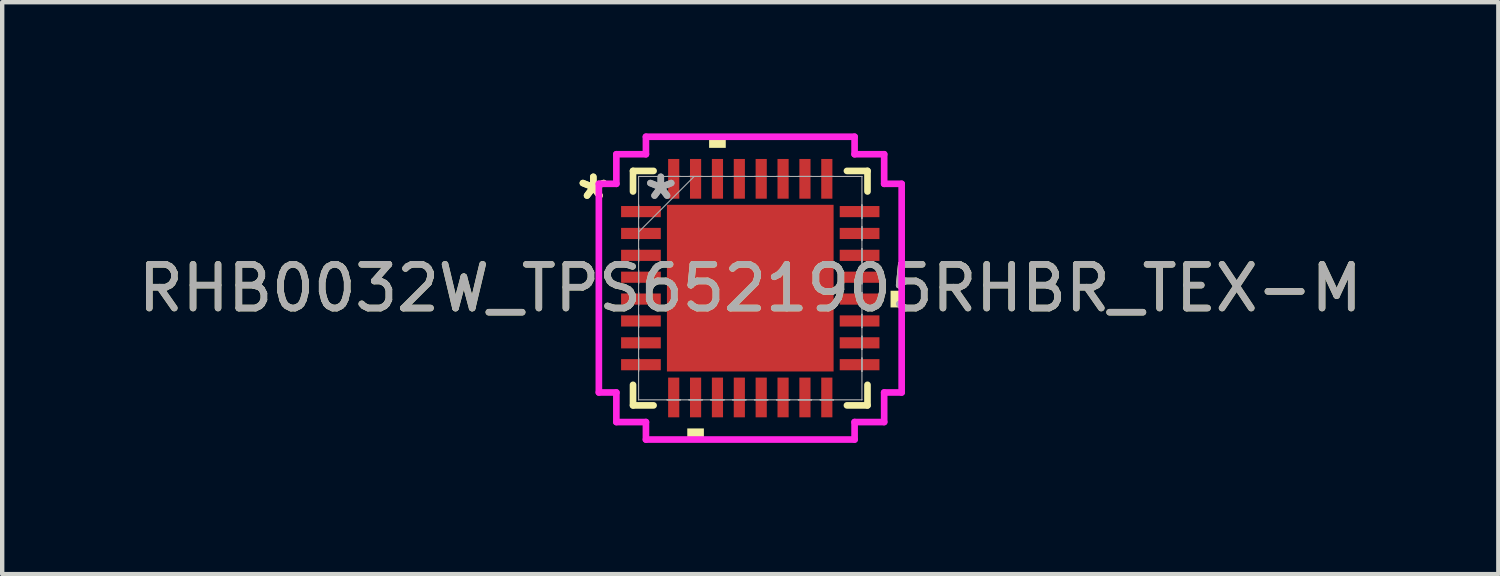
<source format=kicad_pcb>
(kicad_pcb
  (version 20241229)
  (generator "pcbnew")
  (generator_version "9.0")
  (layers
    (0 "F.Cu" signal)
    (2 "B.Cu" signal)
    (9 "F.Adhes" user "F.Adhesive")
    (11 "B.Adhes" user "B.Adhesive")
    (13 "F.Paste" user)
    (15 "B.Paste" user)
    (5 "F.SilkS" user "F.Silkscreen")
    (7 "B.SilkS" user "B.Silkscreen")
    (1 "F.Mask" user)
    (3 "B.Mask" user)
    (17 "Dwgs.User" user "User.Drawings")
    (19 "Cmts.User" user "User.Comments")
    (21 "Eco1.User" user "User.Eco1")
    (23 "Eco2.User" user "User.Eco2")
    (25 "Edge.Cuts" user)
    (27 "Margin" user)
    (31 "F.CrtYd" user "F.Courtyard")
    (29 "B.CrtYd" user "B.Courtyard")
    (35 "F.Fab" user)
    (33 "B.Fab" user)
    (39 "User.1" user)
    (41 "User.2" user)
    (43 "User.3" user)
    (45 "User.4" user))
  (footprint "RHB0032W_TPS6521905RHBR_TEX-M"
    (layer "F.Cu")
    (at 14.101 3.537)
    (property "Reference" "RHB0032W_TPS6521905RHBR_TEX-M" (at 0 0 0) (unlocked yes) (layer "F.SilkS") (effects (font (size 1 1) (thickness 0.15))))
    (attr smd)
    (fp_line (start -2.68 -2.68) (end -2.68 -2.21) (stroke (width 0.152) (type solid)) (layer "F.SilkS"))
    (fp_line (start -2.68 2.21) (end -2.68 2.68) (stroke (width 0.152) (type solid)) (layer "F.SilkS"))
    (fp_line (start -2.68 2.68) (end -2.21 2.68) (stroke (width 0.152) (type solid)) (layer "F.SilkS"))
    (fp_line (start -2.21 -2.68) (end -2.68 -2.68) (stroke (width 0.152) (type solid)) (layer "F.SilkS"))
    (fp_line (start 2.21 2.68) (end 2.68 2.68) (stroke (width 0.152) (type solid)) (layer "F.SilkS"))
    (fp_line (start 2.68 -2.68) (end 2.21 -2.68) (stroke (width 0.152) (type solid)) (layer "F.SilkS"))
    (fp_line (start 2.68 -2.21) (end 2.68 -2.68) (stroke (width 0.152) (type solid)) (layer "F.SilkS"))
    (fp_line (start 2.68 2.68) (end 2.68 2.21) (stroke (width 0.152) (type solid)) (layer "F.SilkS"))
    (fp_poly (pts (xy -1.44 3.207) (xy -1.44 3.461) (xy -1.06 3.461) (xy -1.06 3.207)) (stroke (width 0) (type solid)) (fill yes) (layer "F.SilkS"))
    (fp_poly (pts (xy -0.941 -3.207) (xy -0.941 -3.461) (xy -0.56 -3.461) (xy -0.56 -3.207)) (stroke (width 0) (type solid)) (fill yes) (layer "F.SilkS"))
    (fp_poly (pts (xy 3.461 0.059) (xy 3.461 0.441) (xy 3.207 0.441) (xy 3.207 0.059)) (stroke (width 0) (type solid)) (fill yes) (layer "F.SilkS"))
    (fp_poly (pts (xy -1.805 -1.805) (xy -1.805 -0.735) (xy -0.735 -0.735) (xy -0.735 -1.805)) (stroke (width 0) (type solid)) (fill yes) (layer "F.Paste"))
    (fp_poly (pts (xy -1.805 -0.535) (xy -1.805 0.535) (xy -0.735 0.535) (xy -0.735 -0.535)) (stroke (width 0) (type solid)) (fill yes) (layer "F.Paste"))
    (fp_poly (pts (xy -1.805 0.735) (xy -1.805 1.805) (xy -0.735 1.805) (xy -0.735 0.735)) (stroke (width 0) (type solid)) (fill yes) (layer "F.Paste"))
    (fp_poly (pts (xy -0.535 -1.805) (xy -0.535 -0.735) (xy 0.535 -0.735) (xy 0.535 -1.805)) (stroke (width 0) (type solid)) (fill yes) (layer "F.Paste"))
    (fp_poly (pts (xy -0.535 -0.535) (xy -0.535 0.535) (xy 0.535 0.535) (xy 0.535 -0.535)) (stroke (width 0) (type solid)) (fill yes) (layer "F.Paste"))
    (fp_poly (pts (xy -0.535 0.735) (xy -0.535 1.805) (xy 0.535 1.805) (xy 0.535 0.735)) (stroke (width 0) (type solid)) (fill yes) (layer "F.Paste"))
    (fp_poly (pts (xy 0.735 -1.805) (xy 0.735 -0.735) (xy 1.805 -0.735) (xy 1.805 -1.805)) (stroke (width 0) (type solid)) (fill yes) (layer "F.Paste"))
    (fp_poly (pts (xy 0.735 -0.535) (xy 0.735 0.535) (xy 1.805 0.535) (xy 1.805 -0.535)) (stroke (width 0) (type solid)) (fill yes) (layer "F.Paste"))
    (fp_poly (pts (xy 0.735 0.735) (xy 0.735 1.805) (xy 1.805 1.805) (xy 1.805 0.735)) (stroke (width 0) (type solid)) (fill yes) (layer "F.Paste"))
    (fp_line (start -3.461 -2.385) (end -3.061 -2.385) (stroke (width 0.152) (type solid)) (layer "F.CrtYd"))
    (fp_line (start -3.461 2.385) (end -3.461 -2.385) (stroke (width 0.152) (type solid)) (layer "F.CrtYd"))
    (fp_line (start -3.061 -3.061) (end -2.385 -3.061) (stroke (width 0.152) (type solid)) (layer "F.CrtYd"))
    (fp_line (start -3.061 -2.385) (end -3.061 -3.061) (stroke (width 0.152) (type solid)) (layer "F.CrtYd"))
    (fp_line (start -3.061 2.385) (end -3.461 2.385) (stroke (width 0.152) (type solid)) (layer "F.CrtYd"))
    (fp_line (start -3.061 3.061) (end -3.061 2.385) (stroke (width 0.152) (type solid)) (layer "F.CrtYd"))
    (fp_line (start -2.385 -3.461) (end 2.385 -3.461) (stroke (width 0.152) (type solid)) (layer "F.CrtYd"))
    (fp_line (start -2.385 -3.061) (end -2.385 -3.461) (stroke (width 0.152) (type solid)) (layer "F.CrtYd"))
    (fp_line (start -2.385 3.061) (end -3.061 3.061) (stroke (width 0.152) (type solid)) (layer "F.CrtYd"))
    (fp_line (start -2.385 3.461) (end -2.385 3.061) (stroke (width 0.152) (type solid)) (layer "F.CrtYd"))
    (fp_line (start 2.385 -3.461) (end 2.385 -3.061) (stroke (width 0.152) (type solid)) (layer "F.CrtYd"))
    (fp_line (start 2.385 -3.061) (end 3.061 -3.061) (stroke (width 0.152) (type solid)) (layer "F.CrtYd"))
    (fp_line (start 2.385 3.061) (end 2.385 3.461) (stroke (width 0.152) (type solid)) (layer "F.CrtYd"))
    (fp_line (start 2.385 3.461) (end -2.385 3.461) (stroke (width 0.152) (type solid)) (layer "F.CrtYd"))
    (fp_line (start 3.061 -3.061) (end 3.061 -2.385) (stroke (width 0.152) (type solid)) (layer "F.CrtYd"))
    (fp_line (start 3.061 -2.385) (end 3.461 -2.385) (stroke (width 0.152) (type solid)) (layer "F.CrtYd"))
    (fp_line (start 3.061 2.385) (end 3.061 3.061) (stroke (width 0.152) (type solid)) (layer "F.CrtYd"))
    (fp_line (start 3.061 3.061) (end 2.385 3.061) (stroke (width 0.152) (type solid)) (layer "F.CrtYd"))
    (fp_line (start 3.461 -2.385) (end 3.461 2.385) (stroke (width 0.152) (type solid)) (layer "F.CrtYd"))
    (fp_line (start 3.461 2.385) (end 3.061 2.385) (stroke (width 0.152) (type solid)) (layer "F.CrtYd"))
    (fp_line (start -2.553 -2.553) (end -2.553 -2.553) (stroke (width 0.025) (type solid)) (layer "F.Fab"))
    (fp_line (start -2.553 -2.553) (end -2.553 2.553) (stroke (width 0.025) (type solid)) (layer "F.Fab"))
    (fp_line (start -2.553 -1.902) (end -2.553 -1.902) (stroke (width 0.025) (type solid)) (layer "F.Fab"))
    (fp_line (start -2.553 -1.902) (end -2.553 -1.598) (stroke (width 0.025) (type solid)) (layer "F.Fab"))
    (fp_line (start -2.553 -1.598) (end -2.553 -1.902) (stroke (width 0.025) (type solid)) (layer "F.Fab"))
    (fp_line (start -2.553 -1.598) (end -2.553 -1.598) (stroke (width 0.025) (type solid)) (layer "F.Fab"))
    (fp_line (start -2.553 -1.402) (end -2.553 -1.402) (stroke (width 0.025) (type solid)) (layer "F.Fab"))
    (fp_line (start -2.553 -1.402) (end -2.553 -1.098) (stroke (width 0.025) (type solid)) (layer "F.Fab"))
    (fp_line (start -2.553 -1.283) (end -1.283 -2.553) (stroke (width 0.025) (type solid)) (layer "F.Fab"))
    (fp_line (start -2.553 -1.098) (end -2.553 -1.402) (stroke (width 0.025) (type solid)) (layer "F.Fab"))
    (fp_line (start -2.553 -1.098) (end -2.553 -1.098) (stroke (width 0.025) (type solid)) (layer "F.Fab"))
    (fp_line (start -2.553 -0.902) (end -2.553 -0.902) (stroke (width 0.025) (type solid)) (layer "F.Fab"))
    (fp_line (start -2.553 -0.902) (end -2.553 -0.598) (stroke (width 0.025) (type solid)) (layer "F.Fab"))
    (fp_line (start -2.553 -0.598) (end -2.553 -0.902) (stroke (width 0.025) (type solid)) (layer "F.Fab"))
    (fp_line (start -2.553 -0.598) (end -2.553 -0.598) (stroke (width 0.025) (type solid)) (layer "F.Fab"))
    (fp_line (start -2.553 -0.402) (end -2.553 -0.402) (stroke (width 0.025) (type solid)) (layer "F.Fab"))
    (fp_line (start -2.553 -0.402) (end -2.553 -0.098) (stroke (width 0.025) (type solid)) (layer "F.Fab"))
    (fp_line (start -2.553 -0.098) (end -2.553 -0.402) (stroke (width 0.025) (type solid)) (layer "F.Fab"))
    (fp_line (start -2.553 -0.098) (end -2.553 -0.098) (stroke (width 0.025) (type solid)) (layer "F.Fab"))
    (fp_line (start -2.553 0.098) (end -2.553 0.098) (stroke (width 0.025) (type solid)) (layer "F.Fab"))
    (fp_line (start -2.553 0.098) (end -2.553 0.402) (stroke (width 0.025) (type solid)) (layer "F.Fab"))
    (fp_line (start -2.553 0.402) (end -2.553 0.098) (stroke (width 0.025) (type solid)) (layer "F.Fab"))
    (fp_line (start -2.553 0.402) (end -2.553 0.402) (stroke (width 0.025) (type solid)) (layer "F.Fab"))
    (fp_line (start -2.553 0.598) (end -2.553 0.598) (stroke (width 0.025) (type solid)) (layer "F.Fab"))
    (fp_line (start -2.553 0.598) (end -2.553 0.902) (stroke (width 0.025) (type solid)) (layer "F.Fab"))
    (fp_line (start -2.553 0.902) (end -2.553 0.598) (stroke (width 0.025) (type solid)) (layer "F.Fab"))
    (fp_line (start -2.553 0.902) (end -2.553 0.902) (stroke (width 0.025) (type solid)) (layer "F.Fab"))
    (fp_line (start -2.553 1.098) (end -2.553 1.098) (stroke (width 0.025) (type solid)) (layer "F.Fab"))
    (fp_line (start -2.553 1.098) (end -2.553 1.402) (stroke (width 0.025) (type solid)) (layer "F.Fab"))
    (fp_line (start -2.553 1.402) (end -2.553 1.098) (stroke (width 0.025) (type solid)) (layer "F.Fab"))
    (fp_line (start -2.553 1.402) (end -2.553 1.402) (stroke (width 0.025) (type solid)) (layer "F.Fab"))
    (fp_line (start -2.553 1.598) (end -2.553 1.598) (stroke (width 0.025) (type solid)) (layer "F.Fab"))
    (fp_line (start -2.553 1.598) (end -2.553 1.902) (stroke (width 0.025) (type solid)) (layer "F.Fab"))
    (fp_line (start -2.553 1.902) (end -2.553 1.598) (stroke (width 0.025) (type solid)) (layer "F.Fab"))
    (fp_line (start -2.553 1.902) (end -2.553 1.902) (stroke (width 0.025) (type solid)) (layer "F.Fab"))
    (fp_line (start -2.553 2.553) (end -2.553 2.553) (stroke (width 0.025) (type solid)) (layer "F.Fab"))
    (fp_line (start -2.553 2.553) (end 2.553 2.553) (stroke (width 0.025) (type solid)) (layer "F.Fab"))
    (fp_line (start -1.902 -2.553) (end -1.902 -2.553) (stroke (width 0.025) (type solid)) (layer "F.Fab"))
    (fp_line (start -1.902 -2.553) (end -1.598 -2.553) (stroke (width 0.025) (type solid)) (layer "F.Fab"))
    (fp_line (start -1.902 2.553) (end -1.902 2.553) (stroke (width 0.025) (type solid)) (layer "F.Fab"))
    (fp_line (start -1.902 2.553) (end -1.598 2.553) (stroke (width 0.025) (type solid)) (layer "F.Fab"))
    (fp_line (start -1.598 -2.553) (end -1.902 -2.553) (stroke (width 0.025) (type solid)) (layer "F.Fab"))
    (fp_line (start -1.598 -2.553) (end -1.598 -2.553) (stroke (width 0.025) (type solid)) (layer "F.Fab"))
    (fp_line (start -1.598 2.553) (end -1.902 2.553) (stroke (width 0.025) (type solid)) (layer "F.Fab"))
    (fp_line (start -1.598 2.553) (end -1.598 2.553) (stroke (width 0.025) (type solid)) (layer "F.Fab"))
    (fp_line (start -1.402 -2.553) (end -1.402 -2.553) (stroke (width 0.025) (type solid)) (layer "F.Fab"))
    (fp_line (start -1.402 -2.553) (end -1.098 -2.553) (stroke (width 0.025) (type solid)) (layer "F.Fab"))
    (fp_line (start -1.402 2.553) (end -1.402 2.553) (stroke (width 0.025) (type solid)) (layer "F.Fab"))
    (fp_line (start -1.402 2.553) (end -1.098 2.553) (stroke (width 0.025) (type solid)) (layer "F.Fab"))
    (fp_line (start -1.098 -2.553) (end -1.402 -2.553) (stroke (width 0.025) (type solid)) (layer "F.Fab"))
    (fp_line (start -1.098 -2.553) (end -1.098 -2.553) (stroke (width 0.025) (type solid)) (layer "F.Fab"))
    (fp_line (start -1.098 2.553) (end -1.402 2.553) (stroke (width 0.025) (type solid)) (layer "F.Fab"))
    (fp_line (start -1.098 2.553) (end -1.098 2.553) (stroke (width 0.025) (type solid)) (layer "F.Fab"))
    (fp_line (start -0.902 -2.553) (end -0.902 -2.553) (stroke (width 0.025) (type solid)) (layer "F.Fab"))
    (fp_line (start -0.902 -2.553) (end -0.598 -2.553) (stroke (width 0.025) (type solid)) (layer "F.Fab"))
    (fp_line (start -0.902 2.553) (end -0.902 2.553) (stroke (width 0.025) (type solid)) (layer "F.Fab"))
    (fp_line (start -0.902 2.553) (end -0.598 2.553) (stroke (width 0.025) (type solid)) (layer "F.Fab"))
    (fp_line (start -0.598 -2.553) (end -0.902 -2.553) (stroke (width 0.025) (type solid)) (layer "F.Fab"))
    (fp_line (start -0.598 -2.553) (end -0.598 -2.553) (stroke (width 0.025) (type solid)) (layer "F.Fab"))
    (fp_line (start -0.598 2.553) (end -0.902 2.553) (stroke (width 0.025) (type solid)) (layer "F.Fab"))
    (fp_line (start -0.598 2.553) (end -0.598 2.553) (stroke (width 0.025) (type solid)) (layer "F.Fab"))
    (fp_line (start -0.402 -2.553) (end -0.402 -2.553) (stroke (width 0.025) (type solid)) (layer "F.Fab"))
    (fp_line (start -0.402 -2.553) (end -0.098 -2.553) (stroke (width 0.025) (type solid)) (layer "F.Fab"))
    (fp_line (start -0.402 2.553) (end -0.402 2.553) (stroke (width 0.025) (type solid)) (layer "F.Fab"))
    (fp_line (start -0.402 2.553) (end -0.098 2.553) (stroke (width 0.025) (type solid)) (layer "F.Fab"))
    (fp_line (start -0.098 -2.553) (end -0.402 -2.553) (stroke (width 0.025) (type solid)) (layer "F.Fab"))
    (fp_line (start -0.098 -2.553) (end -0.098 -2.553) (stroke (width 0.025) (type solid)) (layer "F.Fab"))
    (fp_line (start -0.098 2.553) (end -0.402 2.553) (stroke (width 0.025) (type solid)) (layer "F.Fab"))
    (fp_line (start -0.098 2.553) (end -0.098 2.553) (stroke (width 0.025) (type solid)) (layer "F.Fab"))
    (fp_line (start 0.098 -2.553) (end 0.098 -2.553) (stroke (width 0.025) (type solid)) (layer "F.Fab"))
    (fp_line (start 0.098 -2.553) (end 0.402 -2.553) (stroke (width 0.025) (type solid)) (layer "F.Fab"))
    (fp_line (start 0.098 2.553) (end 0.098 2.553) (stroke (width 0.025) (type solid)) (layer "F.Fab"))
    (fp_line (start 0.098 2.553) (end 0.402 2.553) (stroke (width 0.025) (type solid)) (layer "F.Fab"))
    (fp_line (start 0.402 -2.553) (end 0.098 -2.553) (stroke (width 0.025) (type solid)) (layer "F.Fab"))
    (fp_line (start 0.402 -2.553) (end 0.402 -2.553) (stroke (width 0.025) (type solid)) (layer "F.Fab"))
    (fp_line (start 0.402 2.553) (end 0.098 2.553) (stroke (width 0.025) (type solid)) (layer "F.Fab"))
    (fp_line (start 0.402 2.553) (end 0.402 2.553) (stroke (width 0.025) (type solid)) (layer "F.Fab"))
    (fp_line (start 0.598 -2.553) (end 0.598 -2.553) (stroke (width 0.025) (type solid)) (layer "F.Fab"))
    (fp_line (start 0.598 -2.553) (end 0.902 -2.553) (stroke (width 0.025) (type solid)) (layer "F.Fab"))
    (fp_line (start 0.598 2.553) (end 0.598 2.553) (stroke (width 0.025) (type solid)) (layer "F.Fab"))
    (fp_line (start 0.598 2.553) (end 0.902 2.553) (stroke (width 0.025) (type solid)) (layer "F.Fab"))
    (fp_line (start 0.902 -2.553) (end 0.598 -2.553) (stroke (width 0.025) (type solid)) (layer "F.Fab"))
    (fp_line (start 0.902 -2.553) (end 0.902 -2.553) (stroke (width 0.025) (type solid)) (layer "F.Fab"))
    (fp_line (start 0.902 2.553) (end 0.598 2.553) (stroke (width 0.025) (type solid)) (layer "F.Fab"))
    (fp_line (start 0.902 2.553) (end 0.902 2.553) (stroke (width 0.025) (type solid)) (layer "F.Fab"))
    (fp_line (start 1.098 -2.553) (end 1.098 -2.553) (stroke (width 0.025) (type solid)) (layer "F.Fab"))
    (fp_line (start 1.098 -2.553) (end 1.402 -2.553) (stroke (width 0.025) (type solid)) (layer "F.Fab"))
    (fp_line (start 1.098 2.553) (end 1.098 2.553) (stroke (width 0.025) (type solid)) (layer "F.Fab"))
    (fp_line (start 1.098 2.553) (end 1.402 2.553) (stroke (width 0.025) (type solid)) (layer "F.Fab"))
    (fp_line (start 1.402 -2.553) (end 1.098 -2.553) (stroke (width 0.025) (type solid)) (layer "F.Fab"))
    (fp_line (start 1.402 -2.553) (end 1.402 -2.553) (stroke (width 0.025) (type solid)) (layer "F.Fab"))
    (fp_line (start 1.402 2.553) (end 1.098 2.553) (stroke (width 0.025) (type solid)) (layer "F.Fab"))
    (fp_line (start 1.402 2.553) (end 1.402 2.553) (stroke (width 0.025) (type solid)) (layer "F.Fab"))
    (fp_line (start 1.598 -2.553) (end 1.598 -2.553) (stroke (width 0.025) (type solid)) (layer "F.Fab"))
    (fp_line (start 1.598 -2.553) (end 1.902 -2.553) (stroke (width 0.025) (type solid)) (layer "F.Fab"))
    (fp_line (start 1.598 2.553) (end 1.598 2.553) (stroke (width 0.025) (type solid)) (layer "F.Fab"))
    (fp_line (start 1.598 2.553) (end 1.902 2.553) (stroke (width 0.025) (type solid)) (layer "F.Fab"))
    (fp_line (start 1.902 -2.553) (end 1.598 -2.553) (stroke (width 0.025) (type solid)) (layer "F.Fab"))
    (fp_line (start 1.902 -2.553) (end 1.902 -2.553) (stroke (width 0.025) (type solid)) (layer "F.Fab"))
    (fp_line (start 1.902 2.553) (end 1.598 2.553) (stroke (width 0.025) (type solid)) (layer "F.Fab"))
    (fp_line (start 1.902 2.553) (end 1.902 2.553) (stroke (width 0.025) (type solid)) (layer "F.Fab"))
    (fp_line (start 2.553 -2.553) (end -2.553 -2.553) (stroke (width 0.025) (type solid)) (layer "F.Fab"))
    (fp_line (start 2.553 -2.553) (end 2.553 -2.553) (stroke (width 0.025) (type solid)) (layer "F.Fab"))
    (fp_line (start 2.553 -1.902) (end 2.553 -1.902) (stroke (width 0.025) (type solid)) (layer "F.Fab"))
    (fp_line (start 2.553 -1.902) (end 2.553 -1.598) (stroke (width 0.025) (type solid)) (layer "F.Fab"))
    (fp_line (start 2.553 -1.598) (end 2.553 -1.902) (stroke (width 0.025) (type solid)) (layer "F.Fab"))
    (fp_line (start 2.553 -1.598) (end 2.553 -1.598) (stroke (width 0.025) (type solid)) (layer "F.Fab"))
    (fp_line (start 2.553 -1.402) (end 2.553 -1.402) (stroke (width 0.025) (type solid)) (layer "F.Fab"))
    (fp_line (start 2.553 -1.402) (end 2.553 -1.098) (stroke (width 0.025) (type solid)) (layer "F.Fab"))
    (fp_line (start 2.553 -1.098) (end 2.553 -1.402) (stroke (width 0.025) (type solid)) (layer "F.Fab"))
    (fp_line (start 2.553 -1.098) (end 2.553 -1.098) (stroke (width 0.025) (type solid)) (layer "F.Fab"))
    (fp_line (start 2.553 -0.902) (end 2.553 -0.902) (stroke (width 0.025) (type solid)) (layer "F.Fab"))
    (fp_line (start 2.553 -0.902) (end 2.553 -0.598) (stroke (width 0.025) (type solid)) (layer "F.Fab"))
    (fp_line (start 2.553 -0.598) (end 2.553 -0.902) (stroke (width 0.025) (type solid)) (layer "F.Fab"))
    (fp_line (start 2.553 -0.598) (end 2.553 -0.598) (stroke (width 0.025) (type solid)) (layer "F.Fab"))
    (fp_line (start 2.553 -0.402) (end 2.553 -0.402) (stroke (width 0.025) (type solid)) (layer "F.Fab"))
    (fp_line (start 2.553 -0.402) (end 2.553 -0.098) (stroke (width 0.025) (type solid)) (layer "F.Fab"))
    (fp_line (start 2.553 -0.098) (end 2.553 -0.402) (stroke (width 0.025) (type solid)) (layer "F.Fab"))
    (fp_line (start 2.553 -0.098) (end 2.553 -0.098) (stroke (width 0.025) (type solid)) (layer "F.Fab"))
    (fp_line (start 2.553 0.098) (end 2.553 0.098) (stroke (width 0.025) (type solid)) (layer "F.Fab"))
    (fp_line (start 2.553 0.098) (end 2.553 0.402) (stroke (width 0.025) (type solid)) (layer "F.Fab"))
    (fp_line (start 2.553 0.402) (end 2.553 0.098) (stroke (width 0.025) (type solid)) (layer "F.Fab"))
    (fp_line (start 2.553 0.402) (end 2.553 0.402) (stroke (width 0.025) (type solid)) (layer "F.Fab"))
    (fp_line (start 2.553 0.598) (end 2.553 0.598) (stroke (width 0.025) (type solid)) (layer "F.Fab"))
    (fp_line (start 2.553 0.598) (end 2.553 0.902) (stroke (width 0.025) (type solid)) (layer "F.Fab"))
    (fp_line (start 2.553 0.902) (end 2.553 0.598) (stroke (width 0.025) (type solid)) (layer "F.Fab"))
    (fp_line (start 2.553 0.902) (end 2.553 0.902) (stroke (width 0.025) (type solid)) (layer "F.Fab"))
    (fp_line (start 2.553 1.098) (end 2.553 1.098) (stroke (width 0.025) (type solid)) (layer "F.Fab"))
    (fp_line (start 2.553 1.098) (end 2.553 1.402) (stroke (width 0.025) (type solid)) (layer "F.Fab"))
    (fp_line (start 2.553 1.402) (end 2.553 1.098) (stroke (width 0.025) (type solid)) (layer "F.Fab"))
    (fp_line (start 2.553 1.402) (end 2.553 1.402) (stroke (width 0.025) (type solid)) (layer "F.Fab"))
    (fp_line (start 2.553 1.598) (end 2.553 1.598) (stroke (width 0.025) (type solid)) (layer "F.Fab"))
    (fp_line (start 2.553 1.598) (end 2.553 1.902) (stroke (width 0.025) (type solid)) (layer "F.Fab"))
    (fp_line (start 2.553 1.902) (end 2.553 1.598) (stroke (width 0.025) (type solid)) (layer "F.Fab"))
    (fp_line (start 2.553 1.902) (end 2.553 1.902) (stroke (width 0.025) (type solid)) (layer "F.Fab"))
    (fp_line (start 2.553 2.553) (end 2.553 -2.553) (stroke (width 0.025) (type solid)) (layer "F.Fab"))
    (fp_line (start 2.553 2.553) (end 2.553 2.553) (stroke (width 0.025) (type solid)) (layer "F.Fab"))
    (fp_text user "*" (at -3.588 -2 0) (layer "F.SilkS") (effects (font (size 1 1) (thickness 0.15))))
    (fp_text user "*" (at -3.588 -2 0) (unlocked yes) (layer "F.SilkS") (effects (font (size 1 1) (thickness 0.15))))
    (fp_text user "*" (at -2.045 -2 0) (unlocked yes) (layer "F.Fab") (effects (font (size 1 1) (thickness 0.15))))
    (fp_text user "${REFERENCE}" (at 0 0 0) (unlocked yes) (layer "F.Fab") (effects (font (size 1 1) (thickness 0.15))))
    (fp_text user "*" (at -2.045 -2 0) (layer "F.Fab") (effects (font (size 1 1) (thickness 0.15))))
    (pad "1" smd rect (at -2.499 -1.75 90) (size 0.255 0.908) (layers "F.Cu" "F.Mask" "F.Paste"))
    (pad "2" smd rect (at -2.499 -1.25 90) (size 0.255 0.908) (layers "F.Cu" "F.Mask" "F.Paste"))
    (pad "3" smd rect (at -2.499 -0.75 90) (size 0.255 0.908) (layers "F.Cu" "F.Mask" "F.Paste"))
    (pad "4" smd rect (at -2.499 -0.25 90) (size 0.255 0.908) (layers "F.Cu" "F.Mask" "F.Paste"))
    (pad "5" smd rect (at -2.499 0.25 90) (size 0.255 0.908) (layers "F.Cu" "F.Mask" "F.Paste"))
    (pad "6" smd rect (at -2.499 0.75 90) (size 0.255 0.908) (layers "F.Cu" "F.Mask" "F.Paste"))
    (pad "7" smd rect (at -2.499 1.25 90) (size 0.255 0.908) (layers "F.Cu" "F.Mask" "F.Paste"))
    (pad "8" smd rect (at -2.499 1.75 90) (size 0.255 0.908) (layers "F.Cu" "F.Mask" "F.Paste"))
    (pad "9" smd rect (at -1.75 2.499) (size 0.255 0.908) (layers "F.Cu" "F.Mask" "F.Paste"))
    (pad "10" smd rect (at -1.25 2.499) (size 0.255 0.908) (layers "F.Cu" "F.Mask" "F.Paste"))
    (pad "11" smd rect (at -0.75 2.499) (size 0.255 0.908) (layers "F.Cu" "F.Mask" "F.Paste"))
    (pad "12" smd rect (at -0.25 2.499) (size 0.255 0.908) (layers "F.Cu" "F.Mask" "F.Paste"))
    (pad "13" smd rect (at 0.25 2.499) (size 0.255 0.908) (layers "F.Cu" "F.Mask" "F.Paste"))
    (pad "14" smd rect (at 0.75 2.499) (size 0.255 0.908) (layers "F.Cu" "F.Mask" "F.Paste"))
    (pad "15" smd rect (at 1.25 2.499) (size 0.255 0.908) (layers "F.Cu" "F.Mask" "F.Paste"))
    (pad "16" smd rect (at 1.75 2.499) (size 0.255 0.908) (layers "F.Cu" "F.Mask" "F.Paste"))
    (pad "17" smd rect (at 2.499 1.75 90) (size 0.255 0.908) (layers "F.Cu" "F.Mask" "F.Paste"))
    (pad "18" smd rect (at 2.499 1.25 90) (size 0.255 0.908) (layers "F.Cu" "F.Mask" "F.Paste"))
    (pad "19" smd rect (at 2.499 0.75 90) (size 0.255 0.908) (layers "F.Cu" "F.Mask" "F.Paste"))
    (pad "20" smd rect (at 2.499 0.25 90) (size 0.255 0.908) (layers "F.Cu" "F.Mask" "F.Paste"))
    (pad "21" smd rect (at 2.499 -0.25 90) (size 0.255 0.908) (layers "F.Cu" "F.Mask" "F.Paste"))
    (pad "22" smd rect (at 2.499 -0.75 90) (size 0.255 0.908) (layers "F.Cu" "F.Mask" "F.Paste"))
    (pad "23" smd rect (at 2.499 -1.25 90) (size 0.255 0.908) (layers "F.Cu" "F.Mask" "F.Paste"))
    (pad "24" smd rect (at 2.499 -1.75 90) (size 0.255 0.908) (layers "F.Cu" "F.Mask" "F.Paste"))
    (pad "25" smd rect (at 1.75 -2.499) (size 0.255 0.908) (layers "F.Cu" "F.Mask" "F.Paste"))
    (pad "26" smd rect (at 1.25 -2.499) (size 0.255 0.908) (layers "F.Cu" "F.Mask" "F.Paste"))
    (pad "27" smd rect (at 0.75 -2.499) (size 0.255 0.908) (layers "F.Cu" "F.Mask" "F.Paste"))
    (pad "28" smd rect (at 0.25 -2.499) (size 0.255 0.908) (layers "F.Cu" "F.Mask" "F.Paste"))
    (pad "29" smd rect (at -0.25 -2.499) (size 0.255 0.908) (layers "F.Cu" "F.Mask" "F.Paste"))
    (pad "30" smd rect (at -0.75 -2.499) (size 0.255 0.908) (layers "F.Cu" "F.Mask" "F.Paste"))
    (pad "31" smd rect (at -1.25 -2.499) (size 0.255 0.908) (layers "F.Cu" "F.Mask" "F.Paste"))
    (pad "32" smd rect (at -1.75 -2.499) (size 0.255 0.908) (layers "F.Cu" "F.Mask" "F.Paste"))
    (pad "33" smd rect (at 0 0) (size 3.81 3.81) (layers "F.Cu" "F.Mask" "F.Paste")))
  (gr_rect
    (start -3 -3)
    (end 31.202 10.074)
    (stroke (width 0.1) (type default))
    (fill no)
    (layer "Edge.Cuts")))
</source>
